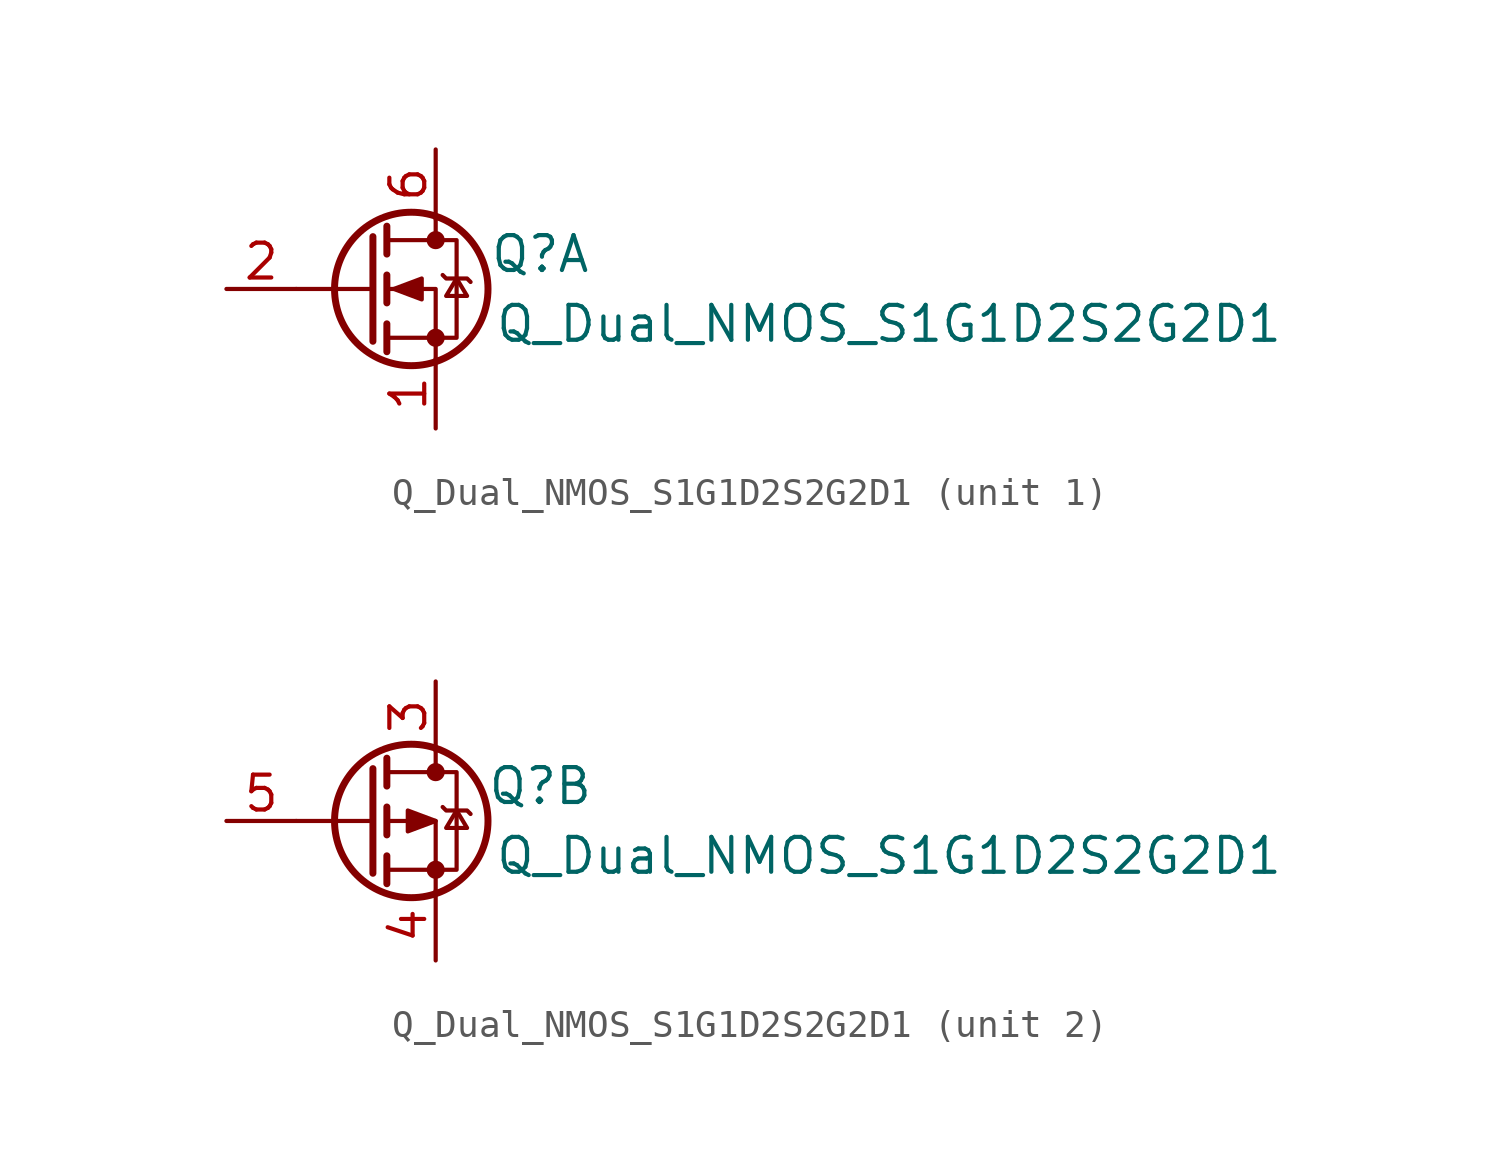
<source format=kicad_sym>
(kicad_symbol_lib
  (version 20220914)
  (generator kicad_symbol_editor)
  (symbol "Q_Dual_NMOS_S1G1D2S2G2D1"
    (pin_names
      (offset 0) hide)
    (property "Reference" "Q"
      (at 6.35 1.27 0)
      (effects (font (size 1.27 1.27))))
    (property "Value" "Q_Dual_NMOS_S1G1D2S2G2D1"
      (at 19.05 -1.27 0)
      (effects (font (size 1.27 1.27))))
    (symbol "Q_Dual_NMOS_S1G1D2S2G2D1_0_1"
      (polyline (pts (xy 0.254 0) (xy -2.54 0)) (stroke (width 0) (type default)) (fill (type none)))
      (polyline (pts (xy 0.254 1.905) (xy 0.254 -1.905)) (stroke (width 0.254) (type default)) (fill (type none)))
      (polyline (pts (xy 0.762 -1.27) (xy 0.762 -2.286)) (stroke (width 0.254) (type default)) (fill (type none)))
      (polyline (pts (xy 0.762 0.508) (xy 0.762 -0.508)) (stroke (width 0.254) (type default)) (fill (type none)))
      (polyline (pts (xy 0.762 2.286) (xy 0.762 1.27)) (stroke (width 0.254) (type default)) (fill (type none)))
      (polyline (pts (xy 2.54 2.54) (xy 2.54 1.778)) (stroke (width 0) (type default)) (fill (type none)))
      (polyline (pts (xy 2.54 -2.54) (xy 2.54 0) (xy 0.762 0)) (stroke (width 0) (type default)) (fill (type none)))
      (polyline (pts (xy 0.762 -1.778) (xy 3.302 -1.778) (xy 3.302 1.778) (xy 0.762 1.778)) (stroke (width 0) (type default)) (fill (type none)))
      (polyline (pts (xy 2.794 0.508) (xy 2.921 0.381) (xy 3.683 0.381) (xy 3.81 0.254)) (stroke (width 0) (type default)) (fill (type none)))
      (polyline (pts (xy 3.302 0.381) (xy 2.921 -0.254) (xy 3.683 -0.254) (xy 3.302 0.381)) (stroke (width 0) (type default)) (fill (type none)))
      (circle (center 1.651 0) (radius 2.794) (stroke (width 0.254) (type default)) (fill (type none)))
      (circle (center 2.54 -1.778) (radius 0.254) (stroke (width 0) (type default)) (fill (type outline)))
      (circle (center 2.54 1.778) (radius 0.254) (stroke (width 0) (type default)) (fill (type outline))))
    (symbol "Q_Dual_NMOS_S1G1D2S2G2D1_1_1"
      (polyline (pts (xy 1.016 0) (xy 2.032 0.381) (xy 2.032 -0.381) (xy 1.016 0)) (stroke (width 0) (type default)) (fill (type outline)))
      (pin passive line (at 2.54 -5.08 90) (length 2.54) (name "S" (effects (font (size 1.27 1.27)))) (number "1" (effects (font (size 1.27 1.27)))))
      (pin input line (at -5.08 0 0) (length 2.54) (name "G" (effects (font (size 1.27 1.27)))) (number "2" (effects (font (size 1.27 1.27)))))
      (pin passive line (at 2.54 5.08 270) (length 2.54) (name "D" (effects (font (size 1.27 1.27)))) (number "6" (effects (font (size 1.27 1.27))))))
    (symbol "Q_Dual_NMOS_S1G1D2S2G2D1_2_1"
      (polyline (pts (xy 2.54 0) (xy 1.524 0.381) (xy 1.524 -0.381) (xy 2.54 0)) (stroke (width 0) (type default)) (fill (type outline)))
      (pin passive line (at 2.54 5.08 270) (length 2.54) (name "D" (effects (font (size 1.27 1.27)))) (number "3" (effects (font (size 1.27 1.27)))))
      (pin passive line (at 2.54 -5.08 90) (length 2.54) (name "S" (effects (font (size 1.27 1.27)))) (number "4" (effects (font (size 1.27 1.27)))))
      (pin input line (at -5.08 0 0) (length 2.54) (name "G" (effects (font (size 1.27 1.27)))) (number "5" (effects (font (size 1.27 1.27))))))))
</source>
